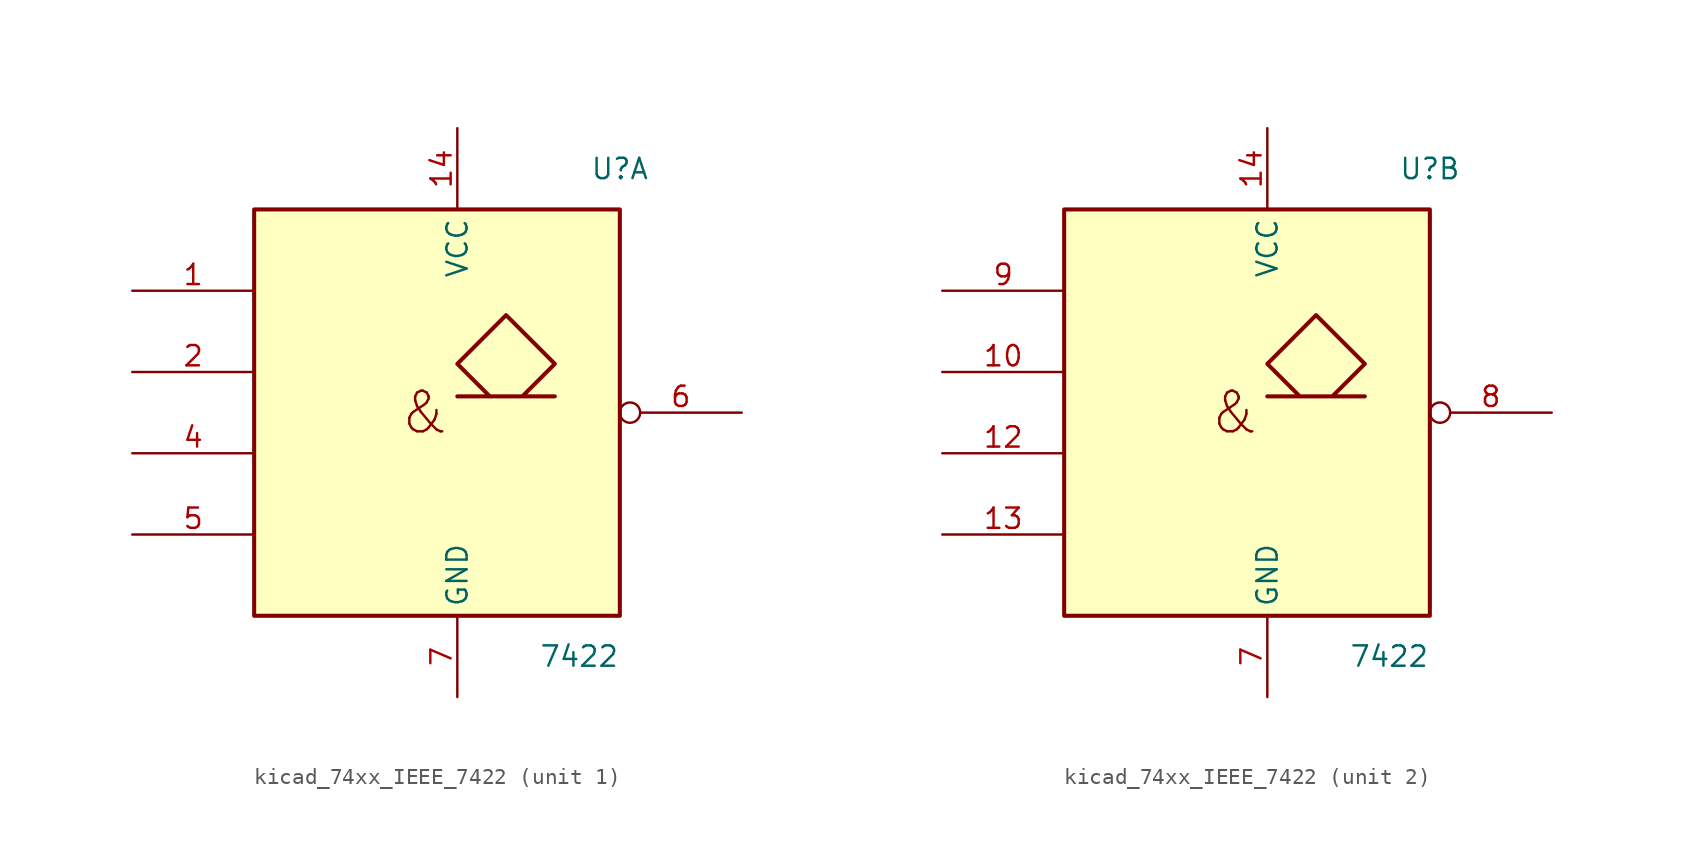
<source format=kicad_sym>
(kicad_symbol_lib
  (version 20220914)
  (generator kicad_symbol_editor)
  (symbol "kicad_74xx_IEEE_7422"
    (property "Reference" "U"
      (at 10.16 15.24 0)
      (effects (font (size 1.27 1.27))))
    (property "Value" "7422"
      (at 7.62 -15.24 0)
      (effects (font (size 1.27 1.27))))
    (symbol "kicad_74xx_IEEE_7422_0_0"
      (text "&" (at -2.032 0 0) (effects (font (size 2.54 2.54)))))
    (symbol "kicad_74xx_IEEE_7422_0_1"
      (rectangle (start -12.7 12.7) (end 10.16 -12.7) (stroke (width 0.254) (type default)) (fill (type background)))
      (polyline (pts (xy 4.064 1.016) (xy 6.096 3.048) (xy 3.048 6.096) (xy 0 3.048) (xy 2.032 1.016) (xy 0 1.016) (xy 6.096 1.016) (xy 6.096 1.016)) (stroke (width 0.254) (type default)) (fill (type background)))
      (pin power_in line (at 0 17.78 270) (length 5.08) (name "VCC" (effects (font (size 1.27 1.27)))) (number "14" (effects (font (size 1.27 1.27)))))
      (pin power_in line (at 0 -17.78 90) (length 5.08) (name "GND" (effects (font (size 1.27 1.27)))) (number "7" (effects (font (size 1.27 1.27))))))
    (symbol "kicad_74xx_IEEE_7422_1_1"
      (pin input line (at -20.32 7.62 0) (length 7.62) (name "~" (effects (font (size 1.27 1.27)))) (number "1" (effects (font (size 1.27 1.27)))))
      (pin input line (at -20.32 2.54 0) (length 7.62) (name "~" (effects (font (size 1.27 1.27)))) (number "2" (effects (font (size 1.27 1.27)))))
      (pin input line (at -20.32 -2.54 0) (length 7.62) (name "~" (effects (font (size 1.27 1.27)))) (number "4" (effects (font (size 1.27 1.27)))))
      (pin input line (at -20.32 -7.62 0) (length 7.62) (name "~" (effects (font (size 1.27 1.27)))) (number "5" (effects (font (size 1.27 1.27)))))
      (pin open_collector inverted (at 17.78 0 180) (length 7.62) (name "~" (effects (font (size 1.27 1.27)))) (number "6" (effects (font (size 1.27 1.27))))))
    (symbol "kicad_74xx_IEEE_7422_2_1"
      (pin input line (at -20.32 2.54 0) (length 7.62) (name "~" (effects (font (size 1.27 1.27)))) (number "10" (effects (font (size 1.27 1.27)))))
      (pin input line (at -20.32 -2.54 0) (length 7.62) (name "~" (effects (font (size 1.27 1.27)))) (number "12" (effects (font (size 1.27 1.27)))))
      (pin input line (at -20.32 -7.62 0) (length 7.62) (name "~" (effects (font (size 1.27 1.27)))) (number "13" (effects (font (size 1.27 1.27)))))
      (pin open_collector inverted (at 17.78 0 180) (length 7.62) (name "~" (effects (font (size 1.27 1.27)))) (number "8" (effects (font (size 1.27 1.27)))))
      (pin input line (at -20.32 7.62 0) (length 7.62) (name "~" (effects (font (size 1.27 1.27)))) (number "9" (effects (font (size 1.27 1.27))))))))
</source>
